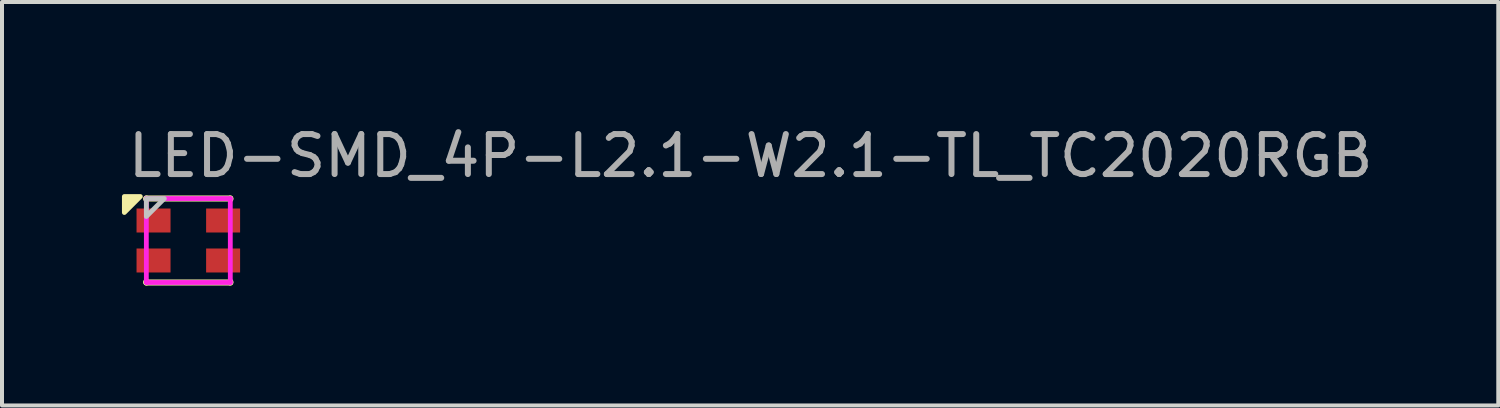
<source format=kicad_pcb>
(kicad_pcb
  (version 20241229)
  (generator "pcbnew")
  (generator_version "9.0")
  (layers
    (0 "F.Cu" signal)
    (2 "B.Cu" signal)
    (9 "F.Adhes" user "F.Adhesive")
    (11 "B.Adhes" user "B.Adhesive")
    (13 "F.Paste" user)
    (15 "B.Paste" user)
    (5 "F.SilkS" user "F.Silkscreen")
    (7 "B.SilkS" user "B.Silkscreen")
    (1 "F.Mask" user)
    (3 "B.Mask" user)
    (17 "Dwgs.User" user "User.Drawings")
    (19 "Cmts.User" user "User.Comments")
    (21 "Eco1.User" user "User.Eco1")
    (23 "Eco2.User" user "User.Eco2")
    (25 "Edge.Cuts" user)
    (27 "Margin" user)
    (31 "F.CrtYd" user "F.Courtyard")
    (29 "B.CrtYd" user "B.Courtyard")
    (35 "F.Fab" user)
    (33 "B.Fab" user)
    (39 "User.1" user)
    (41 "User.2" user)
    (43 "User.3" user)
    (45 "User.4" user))
  (footprint "LED-SMD_4P-L2.1-W2.1-TL_TC2020RGB"
    (layer "F.Cu")
    (at 1.66 2.965)
    (property "Reference" "LED-SMD_4P-L2.1-W2.1-TL_TC2020RGB" (at -1.583 -2.117 0) (layer "F.Fab") (effects (font (size 1 1) (thickness 0.15)) (justify left)))
    (attr through_hole)
    (fp_line (start -1.05 -1.05) (end 1.05 -1.05) (stroke (width 0.152) (type solid)) (layer "F.SilkS"))
    (fp_line (start -1.05 -1.031) (end -1.05 -1.05) (stroke (width 0.152) (type solid)) (layer "F.SilkS"))
    (fp_line (start -1.05 1.05) (end -1.05 1.031) (stroke (width 0.152) (type solid)) (layer "F.SilkS"))
    (fp_line (start 1.05 -1.05) (end 1.05 -1.031) (stroke (width 0.152) (type solid)) (layer "F.SilkS"))
    (fp_line (start 1.05 1.031) (end 1.05 1.05) (stroke (width 0.152) (type solid)) (layer "F.SilkS"))
    (fp_line (start 1.05 1.05) (end -1.05 1.05) (stroke (width 0.152) (type solid)) (layer "F.SilkS"))
    (fp_poly (pts (xy -1.2 -1.1) (xy -1.6 -1.1) (xy -1.6 -0.7)) (stroke (width 0.12) (type solid)) (fill yes) (layer "F.SilkS"))
    (fp_poly (pts (xy -1.05 -1.05) (xy -0.6 -1.05) (xy -1.05 -0.6)) (stroke (width 0.12) (type solid)) (fill no) (layer "Dwgs.User"))
    (fp_circle (center -1.05 -1.05) (end -1.02 -1.05) (stroke (width 0.06) (type solid)) (fill no) (layer "Eco2.User"))
    (fp_poly (pts (xy -1.05 -0.75) (xy -0.48 -0.75) (xy -0.48 -0.25) (xy -1.05 -0.25)) (stroke (width 0.12) (type solid)) (fill no) (layer "Eco2.User"))
    (fp_poly (pts (xy -1.05 0.25) (xy -0.48 0.25) (xy -0.48 0.75) (xy -1.05 0.75)) (stroke (width 0.12) (type solid)) (fill no) (layer "Eco2.User"))
    (fp_poly (pts (xy 0.48 -0.75) (xy 1.05 -0.75) (xy 1.05 -0.25) (xy 0.48 -0.25)) (stroke (width 0.12) (type solid)) (fill no) (layer "Eco2.User"))
    (fp_poly (pts (xy 0.48 0.25) (xy 1.05 0.25) (xy 1.05 0.75) (xy 0.48 0.75)) (stroke (width 0.12) (type solid)) (fill no) (layer "Eco2.User"))
    (fp_line (start -1.05 -1.05) (end 1.05 -1.05) (stroke (width 0.12) (type solid)) (layer "F.CrtYd"))
    (fp_line (start -1.05 1.05) (end -1.05 -1.05) (stroke (width 0.12) (type solid)) (layer "F.CrtYd"))
    (fp_line (start 1.05 -1.05) (end 1.05 1.05) (stroke (width 0.12) (type solid)) (layer "F.CrtYd"))
    (fp_line (start 1.05 1.05) (end -1.05 1.05) (stroke (width 0.12) (type solid)) (layer "F.CrtYd"))
    (pad "1" smd rect (at -0.87 -0.5) (size 0.85 0.6) (layers "F.Cu" "F.Mask" "F.Paste"))
    (pad "2" smd rect (at -0.87 0.5) (size 0.85 0.6) (layers "F.Cu" "F.Mask" "F.Paste"))
    (pad "3" smd rect (at 0.87 0.5) (size 0.85 0.6) (layers "F.Cu" "F.Mask" "F.Paste"))
    (pad "4" smd rect (at 0.87 -0.5) (size 0.85 0.6) (layers "F.Cu" "F.Mask" "F.Paste")))
  (gr_rect
    (start -3 -3)
    (end 34.423 7.091)
    (stroke (width 0.1) (type default))
    (fill no)
    (layer "Edge.Cuts")))
</source>
